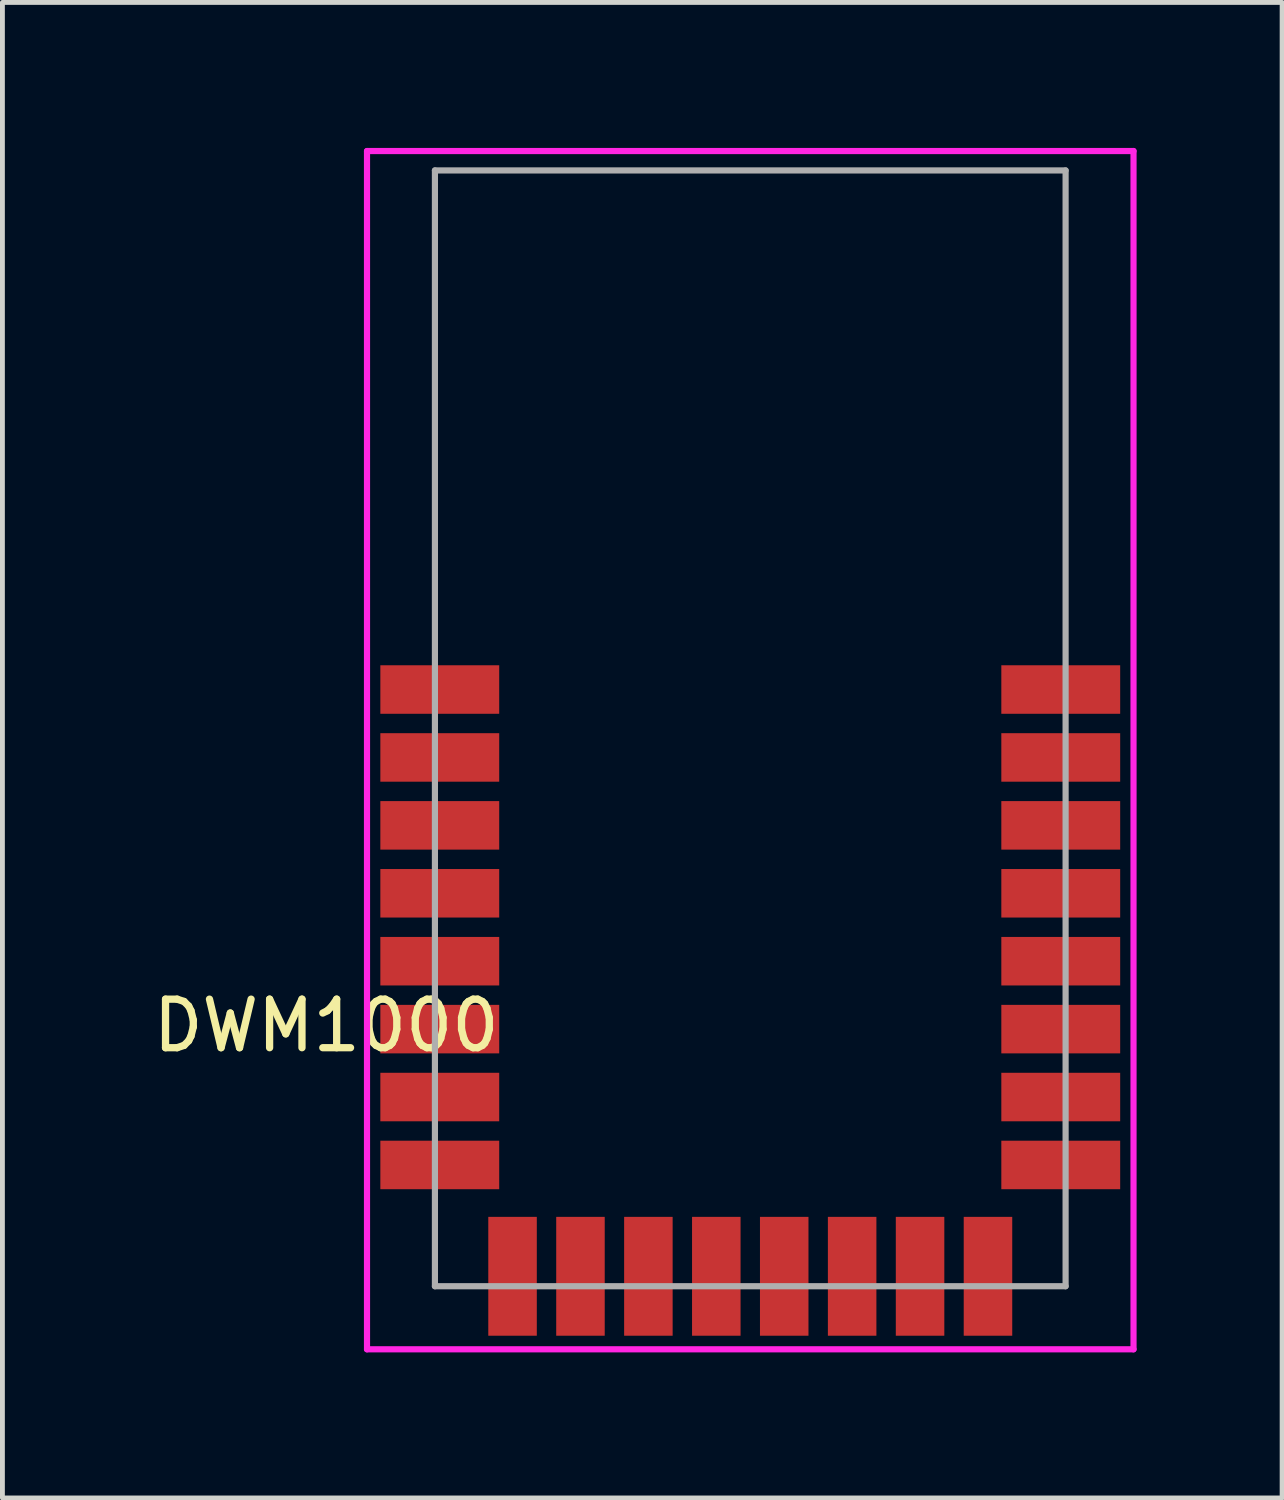
<source format=kicad_pcb>
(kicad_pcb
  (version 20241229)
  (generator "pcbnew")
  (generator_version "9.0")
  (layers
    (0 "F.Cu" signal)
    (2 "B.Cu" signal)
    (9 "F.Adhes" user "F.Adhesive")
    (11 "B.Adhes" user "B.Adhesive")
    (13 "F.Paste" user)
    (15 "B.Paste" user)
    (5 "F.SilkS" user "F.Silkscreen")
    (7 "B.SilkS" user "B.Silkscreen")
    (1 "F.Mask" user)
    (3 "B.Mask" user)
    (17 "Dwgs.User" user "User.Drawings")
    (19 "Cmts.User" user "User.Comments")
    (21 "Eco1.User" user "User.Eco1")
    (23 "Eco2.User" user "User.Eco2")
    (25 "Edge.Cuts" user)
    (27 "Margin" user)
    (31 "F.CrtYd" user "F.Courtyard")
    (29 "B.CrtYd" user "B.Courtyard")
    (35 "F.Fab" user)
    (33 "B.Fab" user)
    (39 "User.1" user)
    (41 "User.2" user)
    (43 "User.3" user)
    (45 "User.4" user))
  (footprint "DWM1000"
    (layer "F.Cu")
    (at 12.415 12.963)
    (property "Reference" "DWM1000" (at -8.74 5.128 180) (layer "F.SilkS") (effects (font (size 1.001 1.001) (thickness 0.15))))
    (attr through_hole)
    (fp_line (start -7.9 -12.9) (end -7.9 11.8) (stroke (width 0.127) (type solid)) (layer "F.CrtYd"))
    (fp_line (start -7.9 11.8) (end 7.9 11.8) (stroke (width 0.127) (type solid)) (layer "F.CrtYd"))
    (fp_line (start 7.9 -12.9) (end -7.9 -12.9) (stroke (width 0.127) (type solid)) (layer "F.CrtYd"))
    (fp_line (start 7.9 11.8) (end 7.9 -12.9) (stroke (width 0.127) (type solid)) (layer "F.CrtYd"))
    (fp_line (start -6.5 -12.5) (end -6.5 10.5) (stroke (width 0.127) (type solid)) (layer "F.Fab"))
    (fp_line (start -6.5 10.5) (end 6.5 10.5) (stroke (width 0.127) (type solid)) (layer "F.Fab"))
    (fp_line (start 6.5 -12.5) (end -6.5 -12.5) (stroke (width 0.127) (type solid)) (layer "F.Fab"))
    (fp_line (start 6.5 10.5) (end 6.5 -12.5) (stroke (width 0.127) (type solid)) (layer "F.Fab"))
    (pad "1" smd rect (at -6.4 -1.8) (size 2.45 1) (layers "F.Cu" "F.Mask" "F.Paste"))
    (pad "2" smd rect (at -6.4 -0.4) (size 2.45 1) (layers "F.Cu" "F.Mask" "F.Paste"))
    (pad "3" smd rect (at -6.4 1) (size 2.45 1) (layers "F.Cu" "F.Mask" "F.Paste"))
    (pad "4" smd rect (at -6.4 2.4) (size 2.45 1) (layers "F.Cu" "F.Mask" "F.Paste"))
    (pad "5" smd rect (at -6.4 3.8) (size 2.45 1) (layers "F.Cu" "F.Mask" "F.Paste"))
    (pad "6" smd rect (at -6.4 5.2) (size 2.45 1) (layers "F.Cu" "F.Mask" "F.Paste"))
    (pad "7" smd rect (at -6.4 6.6) (size 2.45 1) (layers "F.Cu" "F.Mask" "F.Paste"))
    (pad "8" smd rect (at -6.4 8) (size 2.45 1) (layers "F.Cu" "F.Mask" "F.Paste"))
    (pad "9" smd rect (at -4.9 10.295) (size 1 2.45) (layers "F.Cu" "F.Mask" "F.Paste"))
    (pad "10" smd rect (at -3.5 10.295) (size 1 2.45) (layers "F.Cu" "F.Mask" "F.Paste"))
    (pad "11" smd rect (at -2.1 10.295) (size 1 2.45) (layers "F.Cu" "F.Mask" "F.Paste"))
    (pad "12" smd rect (at -0.7 10.295) (size 1 2.45) (layers "F.Cu" "F.Mask" "F.Paste"))
    (pad "13" smd rect (at 0.7 10.295) (size 1 2.45) (layers "F.Cu" "F.Mask" "F.Paste"))
    (pad "14" smd rect (at 2.1 10.295) (size 1 2.45) (layers "F.Cu" "F.Mask" "F.Paste"))
    (pad "15" smd rect (at 3.5 10.295) (size 1 2.45) (layers "F.Cu" "F.Mask" "F.Paste"))
    (pad "16" smd rect (at 4.9 10.295) (size 1 2.45) (layers "F.Cu" "F.Mask" "F.Paste"))
    (pad "17" smd rect (at 6.4 8) (size 2.45 1) (layers "F.Cu" "F.Mask" "F.Paste"))
    (pad "18" smd rect (at 6.4 6.6) (size 2.45 1) (layers "F.Cu" "F.Mask" "F.Paste"))
    (pad "19" smd rect (at 6.4 5.2) (size 2.45 1) (layers "F.Cu" "F.Mask" "F.Paste"))
    (pad "20" smd rect (at 6.4 3.8) (size 2.45 1) (layers "F.Cu" "F.Mask" "F.Paste"))
    (pad "21" smd rect (at 6.4 2.4) (size 2.45 1) (layers "F.Cu" "F.Mask" "F.Paste"))
    (pad "22" smd rect (at 6.4 1) (size 2.45 1) (layers "F.Cu" "F.Mask" "F.Paste"))
    (pad "23" smd rect (at 6.4 -0.4) (size 2.45 1) (layers "F.Cu" "F.Mask" "F.Paste"))
    (pad "24" smd rect (at 6.4 -1.8) (size 2.45 1) (layers "F.Cu" "F.Mask" "F.Paste")))
  (gr_rect
    (start -3 -3)
    (end 23.378 27.827)
    (stroke (width 0.1) (type default))
    (fill no)
    (layer "Edge.Cuts")))
</source>
